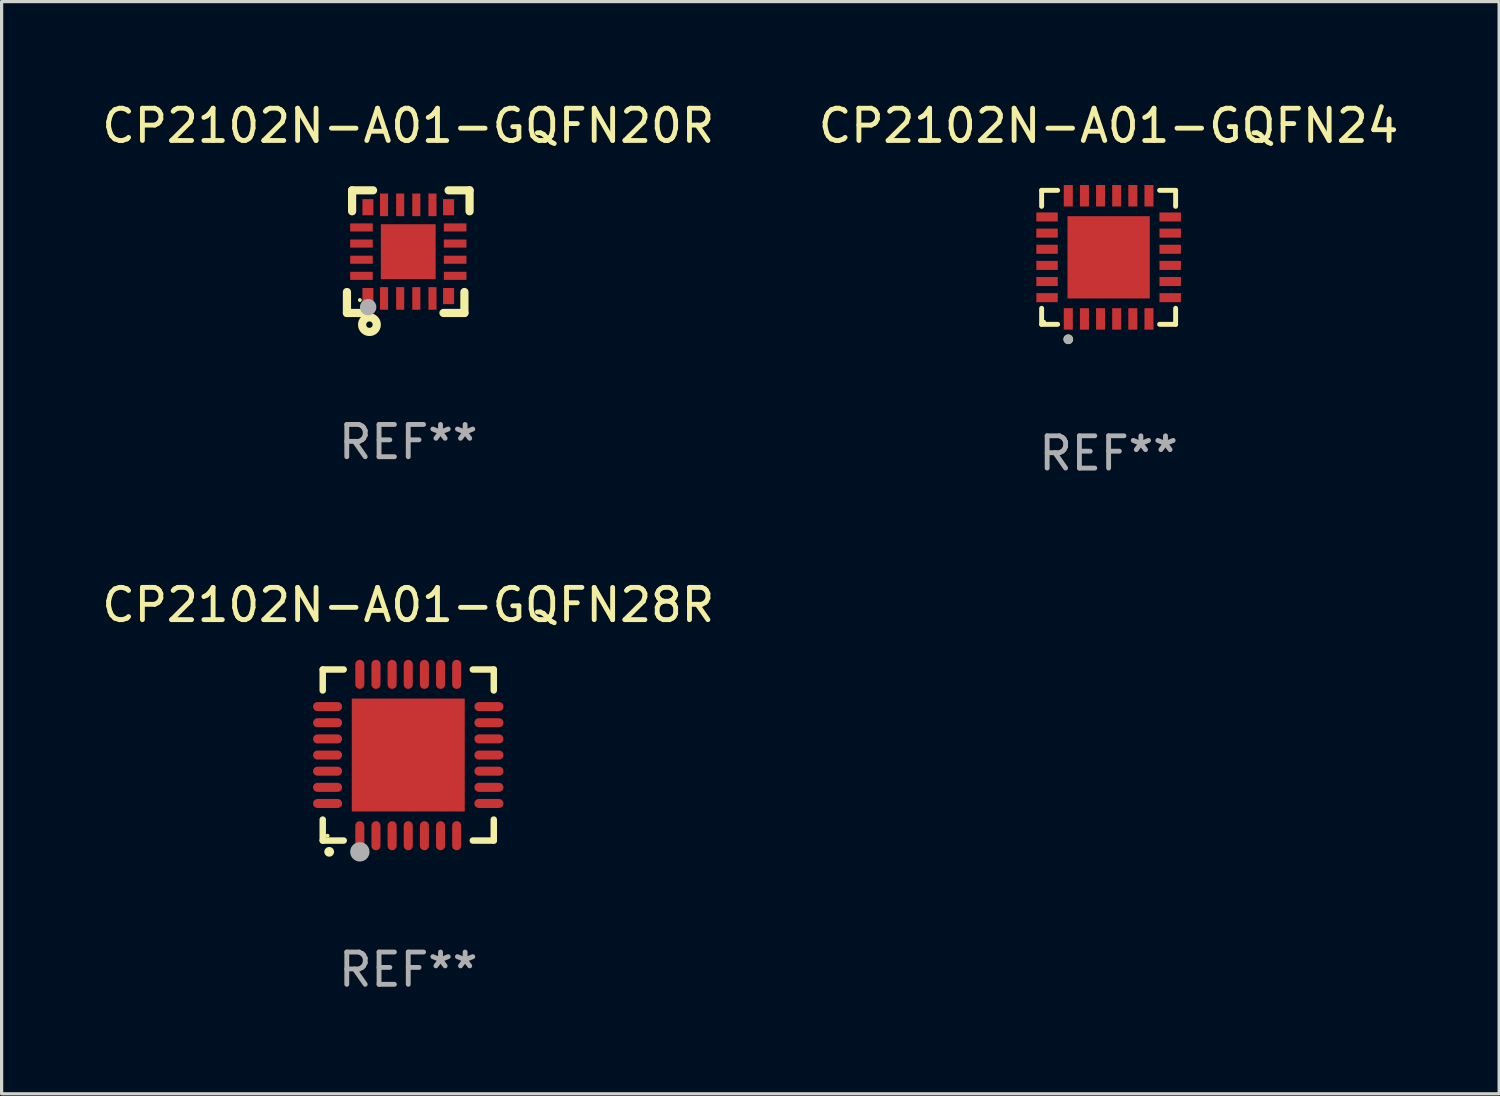
<source format=kicad_pcb>
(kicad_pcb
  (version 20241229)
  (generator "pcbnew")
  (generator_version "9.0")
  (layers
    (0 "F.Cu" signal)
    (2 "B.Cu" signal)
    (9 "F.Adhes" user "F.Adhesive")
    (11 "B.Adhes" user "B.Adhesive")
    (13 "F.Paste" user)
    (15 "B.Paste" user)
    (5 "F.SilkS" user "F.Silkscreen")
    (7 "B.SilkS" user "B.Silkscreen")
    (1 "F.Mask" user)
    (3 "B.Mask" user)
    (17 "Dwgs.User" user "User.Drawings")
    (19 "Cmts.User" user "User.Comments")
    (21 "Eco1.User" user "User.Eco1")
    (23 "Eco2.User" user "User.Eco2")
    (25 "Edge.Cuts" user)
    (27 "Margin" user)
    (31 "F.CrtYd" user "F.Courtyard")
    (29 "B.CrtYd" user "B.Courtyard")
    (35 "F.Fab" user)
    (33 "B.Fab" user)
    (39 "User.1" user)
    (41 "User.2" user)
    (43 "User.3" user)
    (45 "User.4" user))
  (footprint "CP2102N-A01-GQFN24"
    (layer "F.Cu")
    (at 31.304 4.924)
    (property "Reference" "CP2102N-A01-GQFN24" (at 0 -4.076 0) (layer "F.SilkS") (effects (font (size 1 1) (thickness 0.15))))
    (attr through_hole)
    (fp_line (start -2.076 -2.076) (end -1.58 -2.076) (stroke (width 0.152) (type solid)) (layer "F.SilkS"))
    (fp_line (start -2.076 -1.58) (end -2.076 -2.076) (stroke (width 0.152) (type solid)) (layer "F.SilkS"))
    (fp_line (start -2.076 1.58) (end -2.076 2.076) (stroke (width 0.152) (type solid)) (layer "F.SilkS"))
    (fp_line (start -2.076 2.076) (end -1.58 2.076) (stroke (width 0.152) (type solid)) (layer "F.SilkS"))
    (fp_line (start 2.076 -2.076) (end 1.58 -2.076) (stroke (width 0.152) (type solid)) (layer "F.SilkS"))
    (fp_line (start 2.076 -1.58) (end 2.076 -2.076) (stroke (width 0.152) (type solid)) (layer "F.SilkS"))
    (fp_line (start 2.076 1.58) (end 2.076 2.076) (stroke (width 0.152) (type solid)) (layer "F.SilkS"))
    (fp_line (start 2.076 2.076) (end 1.58 2.076) (stroke (width 0.152) (type solid)) (layer "F.SilkS"))
    (fp_circle (center -2 2) (end -1.97 2) (stroke (width 0.06) (type solid)) (fill no) (layer "F.SilkS"))
    (fp_circle (center -1.25 2.54) (end -1.175 2.54) (stroke (width 0.15) (type solid)) (fill no) (layer "F.SilkS"))
    (fp_circle (center -1.25 2.54) (end -1.175 2.54) (stroke (width 0.15) (type solid)) (fill no) (layer "F.Fab"))
    (fp_text user "REF**" (at 0 6.076 0) (layer "F.Fab") (effects (font (size 1 1) (thickness 0.15))))
    (pad "1" smd rect (at -1.25 1.908) (size 0.28 0.665) (layers "F.Cu" "F.Mask" "F.Paste"))
    (pad "2" smd rect (at -0.75 1.908) (size 0.28 0.665) (layers "F.Cu" "F.Mask" "F.Paste"))
    (pad "3" smd rect (at -0.25 1.908) (size 0.28 0.665) (layers "F.Cu" "F.Mask" "F.Paste"))
    (pad "4" smd rect (at 0.25 1.908) (size 0.28 0.665) (layers "F.Cu" "F.Mask" "F.Paste"))
    (pad "5" smd rect (at 0.75 1.908) (size 0.28 0.665) (layers "F.Cu" "F.Mask" "F.Paste"))
    (pad "6" smd rect (at 1.25 1.908) (size 0.28 0.665) (layers "F.Cu" "F.Mask" "F.Paste"))
    (pad "7" smd rect (at 1.908 1.25) (size 0.665 0.28) (layers "F.Cu" "F.Mask" "F.Paste"))
    (pad "8" smd rect (at 1.908 0.75) (size 0.665 0.28) (layers "F.Cu" "F.Mask" "F.Paste"))
    (pad "9" smd rect (at 1.908 0.25) (size 0.665 0.28) (layers "F.Cu" "F.Mask" "F.Paste"))
    (pad "10" smd rect (at 1.908 -0.25) (size 0.665 0.28) (layers "F.Cu" "F.Mask" "F.Paste"))
    (pad "11" smd rect (at 1.908 -0.75) (size 0.665 0.28) (layers "F.Cu" "F.Mask" "F.Paste"))
    (pad "12" smd rect (at 1.908 -1.25) (size 0.665 0.28) (layers "F.Cu" "F.Mask" "F.Paste"))
    (pad "13" smd rect (at 1.25 -1.908) (size 0.28 0.665) (layers "F.Cu" "F.Mask" "F.Paste"))
    (pad "14" smd rect (at 0.75 -1.908) (size 0.28 0.665) (layers "F.Cu" "F.Mask" "F.Paste"))
    (pad "15" smd rect (at 0.25 -1.908) (size 0.28 0.665) (layers "F.Cu" "F.Mask" "F.Paste"))
    (pad "16" smd rect (at -0.25 -1.908) (size 0.28 0.665) (layers "F.Cu" "F.Mask" "F.Paste"))
    (pad "17" smd rect (at -0.75 -1.908) (size 0.28 0.665) (layers "F.Cu" "F.Mask" "F.Paste"))
    (pad "18" smd rect (at -1.25 -1.908) (size 0.28 0.665) (layers "F.Cu" "F.Mask" "F.Paste"))
    (pad "19" smd rect (at -1.908 -1.25) (size 0.665 0.28) (layers "F.Cu" "F.Mask" "F.Paste"))
    (pad "20" smd rect (at -1.908 -0.75) (size 0.665 0.28) (layers "F.Cu" "F.Mask" "F.Paste"))
    (pad "21" smd rect (at -1.908 -0.25) (size 0.665 0.28) (layers "F.Cu" "F.Mask" "F.Paste"))
    (pad "22" smd rect (at -1.908 0.25) (size 0.665 0.28) (layers "F.Cu" "F.Mask" "F.Paste"))
    (pad "23" smd rect (at -1.908 0.75) (size 0.665 0.28) (layers "F.Cu" "F.Mask" "F.Paste"))
    (pad "24" smd rect (at -1.908 1.25) (size 0.665 0.28) (layers "F.Cu" "F.Mask" "F.Paste"))
    (pad "25" smd rect (at 0 0) (size 2.55 2.55) (layers "F.Cu" "F.Mask" "F.Paste")))
  (footprint "CP2102N-A01-GQFN28R"
    (layer "F.Cu")
    (at 9.601 20.347)
    (property "Reference" "CP2102N-A01-GQFN28R" (at 0 -4.65 0) (layer "F.SilkS") (effects (font (size 1 1) (thickness 0.15))))
    (attr through_hole)
    (fp_line (start -2.65 -2.65) (end -2.65 -2) (stroke (width 0.2) (type solid)) (layer "F.SilkS"))
    (fp_line (start -2.65 2.65) (end -2.65 2) (stroke (width 0.2) (type solid)) (layer "F.SilkS"))
    (fp_line (start -2 -2.65) (end -2.65 -2.65) (stroke (width 0.2) (type solid)) (layer "F.SilkS"))
    (fp_line (start -2 2.65) (end -2.65 2.65) (stroke (width 0.2) (type solid)) (layer "F.SilkS"))
    (fp_line (start 2 2.65) (end 2.65 2.65) (stroke (width 0.2) (type solid)) (layer "F.SilkS"))
    (fp_line (start 2.65 -2.65) (end 2 -2.65) (stroke (width 0.2) (type solid)) (layer "F.SilkS"))
    (fp_line (start 2.65 -2) (end 2.65 -2.65) (stroke (width 0.2) (type solid)) (layer "F.SilkS"))
    (fp_line (start 2.65 2.65) (end 2.65 2) (stroke (width 0.2) (type solid)) (layer "F.SilkS"))
    (fp_arc (start -2.451105 2.999746) (mid -2.449835 2.999741) (end -2.448565 2.999746) (stroke (width 0.3) (type solid)) (layer "F.SilkS"))
    (fp_circle (center -2.5 2.5) (end -2.47 2.5) (stroke (width 0.06) (type solid)) (fill no) (layer "F.SilkS"))
    (fp_circle (center -1.5 3) (end -1.35 3) (stroke (width 0.3) (type solid)) (fill no) (layer "F.Fab"))
    (fp_text user "REF**" (at 0 6.65 0) (layer "F.Fab") (effects (font (size 1 1) (thickness 0.15))))
    (pad "1" smd oval (at -1.501 2.5 180) (size 0.28 0.9) (layers "F.Cu" "F.Mask" "F.Paste"))
    (pad "2" smd oval (at -1.001 2.5 180) (size 0.28 0.9) (layers "F.Cu" "F.Mask" "F.Paste"))
    (pad "3" smd oval (at -0.5 2.5 180) (size 0.28 0.9) (layers "F.Cu" "F.Mask" "F.Paste"))
    (pad "4" smd oval (at 0.000076 2.5 180) (size 0.28 0.9) (layers "F.Cu" "F.Mask" "F.Paste"))
    (pad "5" smd oval (at 0.5 2.5 180) (size 0.28 0.9) (layers "F.Cu" "F.Mask" "F.Paste"))
    (pad "6" smd oval (at 1.001 2.5 180) (size 0.28 0.9) (layers "F.Cu" "F.Mask" "F.Paste"))
    (pad "7" smd oval (at 1.501 2.5 180) (size 0.28 0.9) (layers "F.Cu" "F.Mask" "F.Paste"))
    (pad "8" smd oval (at 2.5 1.501 90) (size 0.28 0.9) (layers "F.Cu" "F.Mask" "F.Paste"))
    (pad "9" smd oval (at 2.5 1.001 90) (size 0.28 0.9) (layers "F.Cu" "F.Mask" "F.Paste"))
    (pad "10" smd oval (at 2.5 0.5 90) (size 0.28 0.9) (layers "F.Cu" "F.Mask" "F.Paste"))
    (pad "11" smd oval (at 2.5 0.000076 90) (size 0.28 0.9) (layers "F.Cu" "F.Mask" "F.Paste"))
    (pad "12" smd oval (at 2.5 -0.5 90) (size 0.28 0.9) (layers "F.Cu" "F.Mask" "F.Paste"))
    (pad "13" smd oval (at 2.5 -1.001 90) (size 0.28 0.9) (layers "F.Cu" "F.Mask" "F.Paste"))
    (pad "14" smd oval (at 2.5 -1.501 90) (size 0.28 0.9) (layers "F.Cu" "F.Mask" "F.Paste"))
    (pad "15" smd oval (at 1.501 -2.5 180) (size 0.28 0.9) (layers "F.Cu" "F.Mask" "F.Paste"))
    (pad "16" smd oval (at 1.001 -2.5 180) (size 0.28 0.9) (layers "F.Cu" "F.Mask" "F.Paste"))
    (pad "17" smd oval (at 0.5 -2.5 180) (size 0.28 0.9) (layers "F.Cu" "F.Mask" "F.Paste"))
    (pad "18" smd oval (at 0.000076 -2.5 180) (size 0.28 0.9) (layers "F.Cu" "F.Mask" "F.Paste"))
    (pad "19" smd oval (at -0.5 -2.5 180) (size 0.28 0.9) (layers "F.Cu" "F.Mask" "F.Paste"))
    (pad "20" smd oval (at -1.001 -2.5 180) (size 0.28 0.9) (layers "F.Cu" "F.Mask" "F.Paste"))
    (pad "21" smd oval (at -1.501 -2.5 180) (size 0.28 0.9) (layers "F.Cu" "F.Mask" "F.Paste"))
    (pad "22" smd oval (at -2.5 -1.501 90) (size 0.28 0.9) (layers "F.Cu" "F.Mask" "F.Paste"))
    (pad "23" smd oval (at -2.5 -1.001 90) (size 0.28 0.9) (layers "F.Cu" "F.Mask" "F.Paste"))
    (pad "24" smd oval (at -2.5 -0.5 90) (size 0.28 0.9) (layers "F.Cu" "F.Mask" "F.Paste"))
    (pad "25" smd oval (at -2.5 0.000076 90) (size 0.28 0.9) (layers "F.Cu" "F.Mask" "F.Paste"))
    (pad "26" smd oval (at -2.5 0.5 90) (size 0.28 0.9) (layers "F.Cu" "F.Mask" "F.Paste"))
    (pad "27" smd oval (at -2.5 1.001 90) (size 0.28 0.9) (layers "F.Cu" "F.Mask" "F.Paste"))
    (pad "28" smd oval (at -2.5 1.501 90) (size 0.28 0.9) (layers "F.Cu" "F.Mask" "F.Paste"))
    (pad "29" smd rect (at 0.000076 0.000076 90) (size 3.5 3.5) (layers "F.Cu" "F.Mask" "F.Paste")))
  (footprint "CP2102N-A01-GQFN20R"
    (layer "F.Cu")
    (at 9.601 4.748)
    (property "Reference" "CP2102N-A01-GQFN20R" (at 0 -3.9 0) (layer "F.SilkS") (effects (font (size 1 1) (thickness 0.15))))
    (attr through_hole)
    (fp_line (start -1.9 1.9) (end -1.9 1.251) (stroke (width 0.254) (type solid)) (layer "F.SilkS"))
    (fp_line (start -1.9 1.9) (end -1.251 1.9) (stroke (width 0.254) (type solid)) (layer "F.SilkS"))
    (fp_line (start -1.74 -1.9) (end -1.74 -1.251) (stroke (width 0.254) (type solid)) (layer "F.SilkS"))
    (fp_line (start -1.74 -1.9) (end -1.091 -1.9) (stroke (width 0.254) (type solid)) (layer "F.SilkS"))
    (fp_line (start 1.74 1.9) (end 1.091 1.9) (stroke (width 0.254) (type solid)) (layer "F.SilkS"))
    (fp_line (start 1.74 1.9) (end 1.74 1.251) (stroke (width 0.254) (type solid)) (layer "F.SilkS"))
    (fp_line (start 1.9 -1.9) (end 1.251 -1.9) (stroke (width 0.254) (type solid)) (layer "F.SilkS"))
    (fp_line (start 1.9 -1.9) (end 1.9 -1.251) (stroke (width 0.254) (type solid)) (layer "F.SilkS"))
    (fp_circle (center -1.5 1.5) (end -1.47 1.5) (stroke (width 0.06) (type solid)) (fill no) (layer "F.SilkS"))
    (fp_circle (center -1.203 2.262) (end -1.103 2.262) (stroke (width 0.254) (type solid)) (fill no) (layer "F.SilkS"))
    (fp_circle (center -1.243 1.721) (end -1.116 1.721) (stroke (width 0.254) (type solid)) (fill no) (layer "F.Fab"))
    (fp_text user "REF**" (at 0 5.9 0) (layer "F.Fab") (effects (font (size 1 1) (thickness 0.15))))
    (pad "1" smd rect (at -1.25 1.377) (size 0.34 0.5) (layers "F.Cu" "F.Mask" "F.Paste"))
    (pad "2" smd rect (at -0.75 1.45) (size 0.25 0.7) (layers "F.Cu" "F.Mask" "F.Paste"))
    (pad "3" smd rect (at -0.25 1.45) (size 0.25 0.7) (layers "F.Cu" "F.Mask" "F.Paste"))
    (pad "4" smd rect (at 0.25 1.45) (size 0.25 0.7) (layers "F.Cu" "F.Mask" "F.Paste"))
    (pad "5" smd rect (at 0.75 1.45) (size 0.25 0.7) (layers "F.Cu" "F.Mask" "F.Paste"))
    (pad "6" smd rect (at 1.25 1.377) (size 0.34 0.5) (layers "F.Cu" "F.Mask" "F.Paste"))
    (pad "7" smd rect (at 1.453 0.75) (size 0.7 0.25) (layers "F.Cu" "F.Mask" "F.Paste"))
    (pad "8" smd rect (at 1.453 0.25) (size 0.7 0.25) (layers "F.Cu" "F.Mask" "F.Paste"))
    (pad "9" smd rect (at 1.453 -0.25) (size 0.7 0.25) (layers "F.Cu" "F.Mask" "F.Paste"))
    (pad "10" smd rect (at 1.453 -0.75) (size 0.7 0.25) (layers "F.Cu" "F.Mask" "F.Paste"))
    (pad "11" smd rect (at 1.25 -1.377) (size 0.34 0.5) (layers "F.Cu" "F.Mask" "F.Paste"))
    (pad "12" smd rect (at 0.75 -1.45) (size 0.25 0.7) (layers "F.Cu" "F.Mask" "F.Paste"))
    (pad "13" smd rect (at 0.25 -1.45) (size 0.25 0.7) (layers "F.Cu" "F.Mask" "F.Paste"))
    (pad "14" smd rect (at -0.25 -1.45) (size 0.25 0.7) (layers "F.Cu" "F.Mask" "F.Paste"))
    (pad "15" smd rect (at -0.75 -1.45) (size 0.25 0.7) (layers "F.Cu" "F.Mask" "F.Paste"))
    (pad "16" smd rect (at -1.25 -1.377) (size 0.34 0.5) (layers "F.Cu" "F.Mask" "F.Paste"))
    (pad "17" smd rect (at -1.45 -0.75) (size 0.7 0.25) (layers "F.Cu" "F.Mask" "F.Paste"))
    (pad "18" smd rect (at -1.45 -0.25) (size 0.7 0.25) (layers "F.Cu" "F.Mask" "F.Paste"))
    (pad "19" smd rect (at -1.45 0.25) (size 0.7 0.25) (layers "F.Cu" "F.Mask" "F.Paste"))
    (pad "20" smd rect (at -1.45 0.75) (size 0.7 0.25) (layers "F.Cu" "F.Mask" "F.Paste"))
    (pad "21" smd rect (at 0 0) (size 1.7 1.7) (layers "F.Cu" "F.Mask" "F.Paste")))
  (gr_rect
    (start -3 -3)
    (end 43.405 30.845)
    (stroke (width 0.1) (type default))
    (fill no)
    (layer "Edge.Cuts")))
</source>
